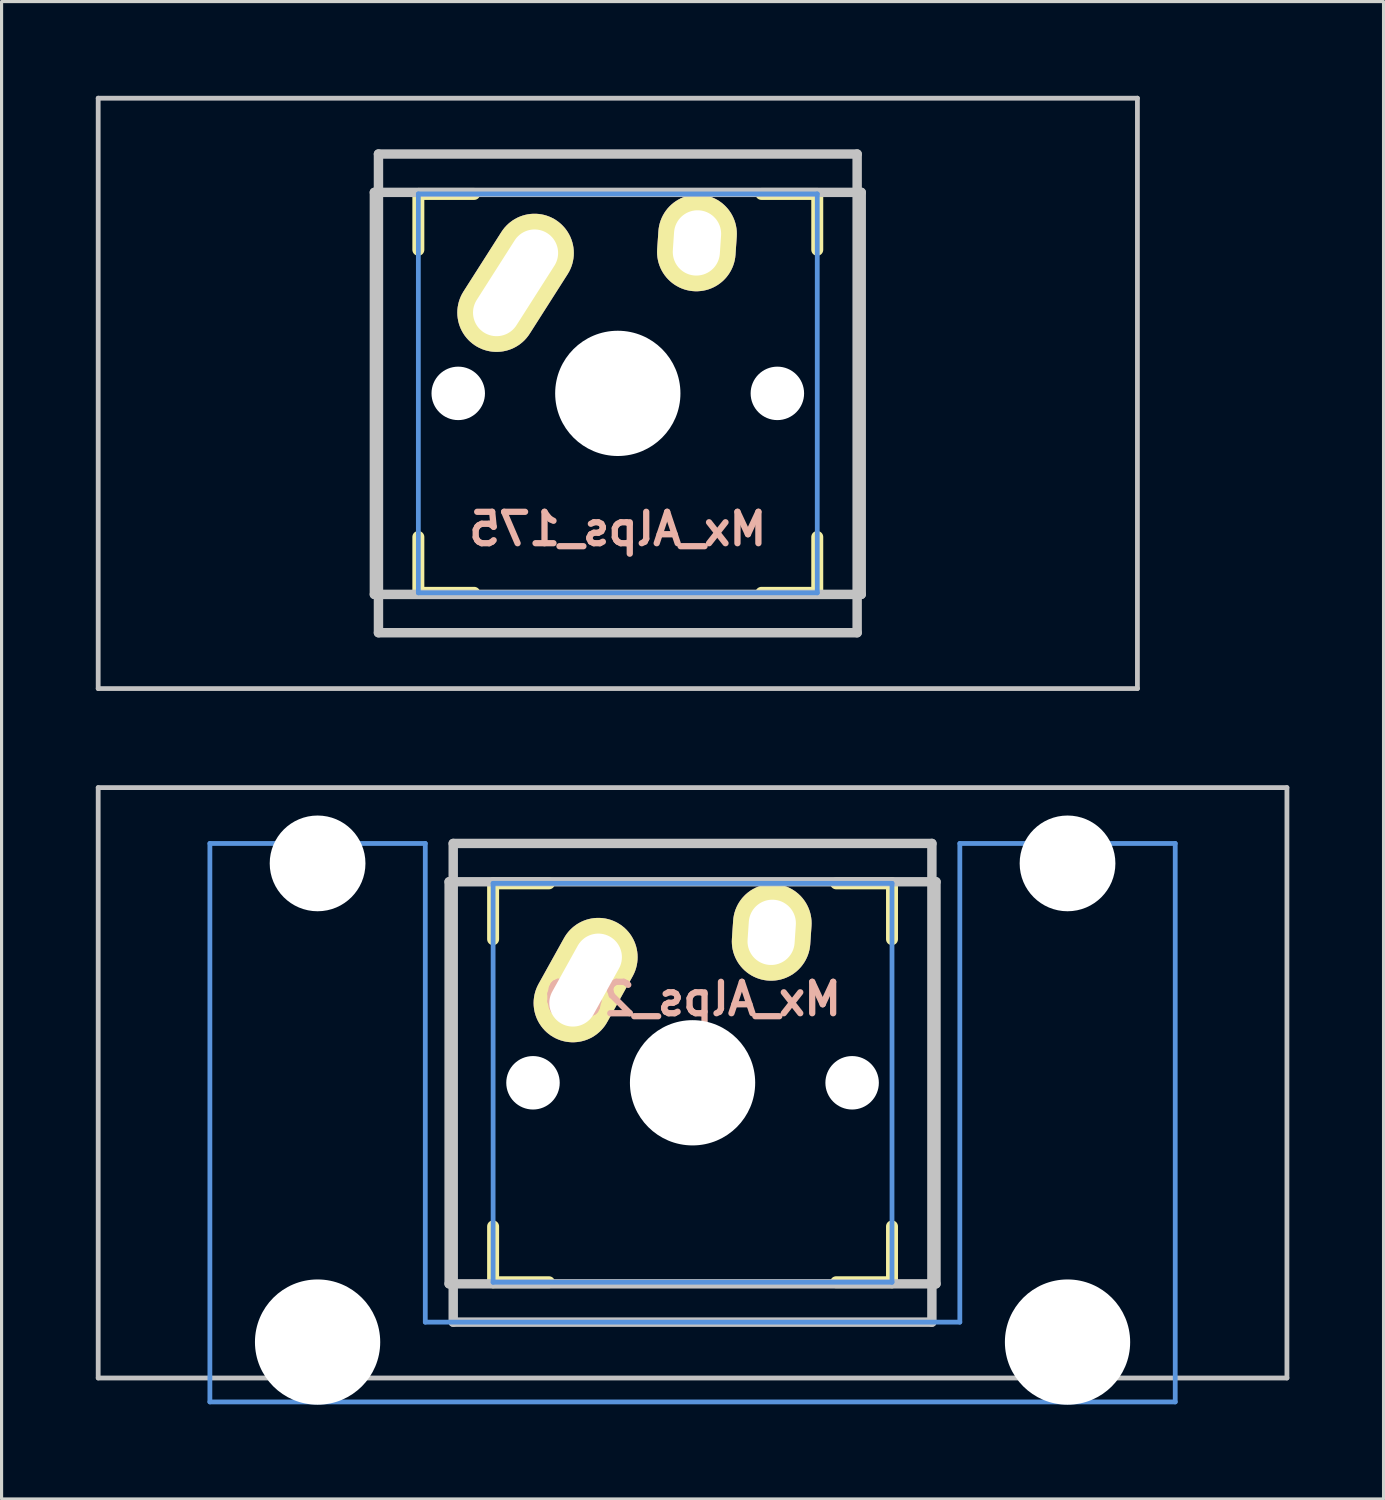
<source format=kicad_pcb>
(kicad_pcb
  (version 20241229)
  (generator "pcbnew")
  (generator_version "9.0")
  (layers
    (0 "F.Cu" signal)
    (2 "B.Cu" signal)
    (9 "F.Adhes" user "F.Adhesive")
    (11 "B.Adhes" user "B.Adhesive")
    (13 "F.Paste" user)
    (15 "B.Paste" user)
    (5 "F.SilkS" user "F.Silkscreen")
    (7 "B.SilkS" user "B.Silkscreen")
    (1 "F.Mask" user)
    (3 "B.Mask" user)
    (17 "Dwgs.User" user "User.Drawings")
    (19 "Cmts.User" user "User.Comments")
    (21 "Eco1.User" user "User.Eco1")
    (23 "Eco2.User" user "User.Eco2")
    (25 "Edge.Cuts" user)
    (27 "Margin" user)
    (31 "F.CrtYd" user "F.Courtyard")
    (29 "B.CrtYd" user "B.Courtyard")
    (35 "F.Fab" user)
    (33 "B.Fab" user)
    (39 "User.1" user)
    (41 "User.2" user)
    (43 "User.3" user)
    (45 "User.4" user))
  (footprint "Mx_Alps_200"
    (layer "F.Cu")
    (at 18.999 31.423)
    (property "Reference" "Mx_Alps_200" (at 0 -2.667 0) (layer "B.SilkS") (effects (font (size 1 1) (thickness 0.2)) (justify mirror)))
    (attr through_hole)
    (fp_line (start -6.35 -6.35) (end -4.572 -6.35) (stroke (width 0.381) (type solid)) (layer "F.SilkS"))
    (fp_line (start -6.35 -4.572) (end -6.35 -6.35) (stroke (width 0.381) (type solid)) (layer "F.SilkS"))
    (fp_line (start -6.35 6.35) (end -6.35 4.572) (stroke (width 0.381) (type solid)) (layer "F.SilkS"))
    (fp_line (start -4.572 6.35) (end -6.35 6.35) (stroke (width 0.381) (type solid)) (layer "F.SilkS"))
    (fp_line (start 4.572 -6.35) (end 6.35 -6.35) (stroke (width 0.381) (type solid)) (layer "F.SilkS"))
    (fp_line (start 6.35 -6.35) (end 6.35 -4.572) (stroke (width 0.381) (type solid)) (layer "F.SilkS"))
    (fp_line (start 6.35 4.572) (end 6.35 6.35) (stroke (width 0.381) (type solid)) (layer "F.SilkS"))
    (fp_line (start 6.35 6.35) (end 4.572 6.35) (stroke (width 0.381) (type solid)) (layer "F.SilkS"))
    (fp_line (start -18.923 -9.398) (end 18.923 -9.398) (stroke (width 0.152) (type solid)) (layer "Dwgs.User"))
    (fp_line (start -18.923 9.398) (end -18.923 -9.398) (stroke (width 0.152) (type solid)) (layer "Dwgs.User"))
    (fp_line (start -7.75 6.4) (end -7.75 -6.4) (stroke (width 0.3) (type solid)) (layer "Dwgs.User"))
    (fp_line (start -7.75 6.4) (end 7.75 6.4) (stroke (width 0.3) (type solid)) (layer "Dwgs.User"))
    (fp_line (start -7.62 -7.62) (end 7.62 -7.62) (stroke (width 0.3) (type solid)) (layer "Dwgs.User"))
    (fp_line (start -7.62 7.62) (end -7.62 -7.62) (stroke (width 0.3) (type solid)) (layer "Dwgs.User"))
    (fp_line (start 7.62 -7.62) (end 7.62 7.62) (stroke (width 0.3) (type solid)) (layer "Dwgs.User"))
    (fp_line (start 7.62 7.62) (end -7.62 7.62) (stroke (width 0.3) (type solid)) (layer "Dwgs.User"))
    (fp_line (start 7.75 -6.4) (end -7.75 -6.4) (stroke (width 0.3) (type solid)) (layer "Dwgs.User"))
    (fp_line (start 7.75 6.4) (end 7.75 -6.4) (stroke (width 0.3) (type solid)) (layer "Dwgs.User"))
    (fp_line (start 18.923 -9.398) (end 18.923 9.398) (stroke (width 0.152) (type solid)) (layer "Dwgs.User"))
    (fp_line (start 18.923 9.398) (end -18.923 9.398) (stroke (width 0.152) (type solid)) (layer "Dwgs.User"))
    (fp_line (start -15.367 -7.62) (end -15.367 10.16) (stroke (width 0.152) (type solid)) (layer "Cmts.User"))
    (fp_line (start -15.367 10.16) (end 15.367 10.16) (stroke (width 0.152) (type solid)) (layer "Cmts.User"))
    (fp_line (start -8.509 -7.62) (end -15.367 -7.62) (stroke (width 0.152) (type solid)) (layer "Cmts.User"))
    (fp_line (start -8.509 7.62) (end -8.509 -7.62) (stroke (width 0.152) (type solid)) (layer "Cmts.User"))
    (fp_line (start -6.35 -6.35) (end 6.35 -6.35) (stroke (width 0.152) (type solid)) (layer "Cmts.User"))
    (fp_line (start -6.35 6.35) (end -6.35 -6.35) (stroke (width 0.152) (type solid)) (layer "Cmts.User"))
    (fp_line (start 6.35 -6.35) (end 6.35 6.35) (stroke (width 0.152) (type solid)) (layer "Cmts.User"))
    (fp_line (start 6.35 6.35) (end -6.35 6.35) (stroke (width 0.152) (type solid)) (layer "Cmts.User"))
    (fp_line (start 8.509 -7.62) (end 8.509 7.62) (stroke (width 0.152) (type solid)) (layer "Cmts.User"))
    (fp_line (start 8.509 7.62) (end -8.509 7.62) (stroke (width 0.152) (type solid)) (layer "Cmts.User"))
    (fp_line (start 15.367 -7.62) (end 8.509 -7.62) (stroke (width 0.152) (type solid)) (layer "Cmts.User"))
    (fp_line (start 15.367 10.16) (end 15.367 -7.62) (stroke (width 0.152) (type solid)) (layer "Cmts.User"))
    (fp_line (start -16.129 -2.286) (end -15.265 -2.286) (stroke (width 0.152) (type solid)) (layer "Eco2.User"))
    (fp_line (start -16.129 0.508) (end -16.129 -2.286) (stroke (width 0.152) (type solid)) (layer "Eco2.User"))
    (fp_line (start -15.265 -5.69) (end -8.611 -5.69) (stroke (width 0.152) (type solid)) (layer "Eco2.User"))
    (fp_line (start -15.265 -2.286) (end -15.265 -5.69) (stroke (width 0.152) (type solid)) (layer "Eco2.User"))
    (fp_line (start -15.265 0.508) (end -16.129 0.508) (stroke (width 0.152) (type solid)) (layer "Eco2.User"))
    (fp_line (start -15.265 6.604) (end -15.265 0.508) (stroke (width 0.152) (type solid)) (layer "Eco2.User"))
    (fp_line (start -14.224 6.604) (end -15.265 6.604) (stroke (width 0.152) (type solid)) (layer "Eco2.User"))
    (fp_line (start -14.224 7.772) (end -14.224 6.604) (stroke (width 0.152) (type solid)) (layer "Eco2.User"))
    (fp_line (start -9.652 6.604) (end -9.652 7.772) (stroke (width 0.152) (type solid)) (layer "Eco2.User"))
    (fp_line (start -9.652 7.772) (end -14.224 7.772) (stroke (width 0.152) (type solid)) (layer "Eco2.User"))
    (fp_line (start -8.611 -5.69) (end -8.611 -4.877) (stroke (width 0.152) (type solid)) (layer "Eco2.User"))
    (fp_line (start -8.611 -4.877) (end -6.985 -4.877) (stroke (width 0.152) (type solid)) (layer "Eco2.User"))
    (fp_line (start -8.611 5.817) (end -8.611 6.604) (stroke (width 0.152) (type solid)) (layer "Eco2.User"))
    (fp_line (start -8.611 6.604) (end -9.652 6.604) (stroke (width 0.152) (type solid)) (layer "Eco2.User"))
    (fp_line (start -6.985 -6.985) (end 6.985 -6.985) (stroke (width 0.152) (type solid)) (layer "Eco2.User"))
    (fp_line (start -6.985 -4.877) (end -6.985 -6.985) (stroke (width 0.152) (type solid)) (layer "Eco2.User"))
    (fp_line (start -6.985 5.817) (end -8.611 5.817) (stroke (width 0.152) (type solid)) (layer "Eco2.User"))
    (fp_line (start -6.985 6.985) (end -6.985 5.817) (stroke (width 0.152) (type solid)) (layer "Eco2.User"))
    (fp_line (start 6.985 -6.985) (end 6.985 -4.877) (stroke (width 0.152) (type solid)) (layer "Eco2.User"))
    (fp_line (start 6.985 -4.877) (end 8.611 -4.877) (stroke (width 0.152) (type solid)) (layer "Eco2.User"))
    (fp_line (start 6.985 5.817) (end 6.985 6.985) (stroke (width 0.152) (type solid)) (layer "Eco2.User"))
    (fp_line (start 6.985 6.985) (end -6.985 6.985) (stroke (width 0.152) (type solid)) (layer "Eco2.User"))
    (fp_line (start 8.611 -5.69) (end 15.265 -5.69) (stroke (width 0.152) (type solid)) (layer "Eco2.User"))
    (fp_line (start 8.611 -4.877) (end 8.611 -5.69) (stroke (width 0.152) (type solid)) (layer "Eco2.User"))
    (fp_line (start 8.611 5.817) (end 6.985 5.817) (stroke (width 0.152) (type solid)) (layer "Eco2.User"))
    (fp_line (start 8.611 6.604) (end 8.611 5.817) (stroke (width 0.152) (type solid)) (layer "Eco2.User"))
    (fp_line (start 9.652 6.604) (end 8.611 6.604) (stroke (width 0.152) (type solid)) (layer "Eco2.User"))
    (fp_line (start 9.652 7.772) (end 9.652 6.604) (stroke (width 0.152) (type solid)) (layer "Eco2.User"))
    (fp_line (start 14.224 6.604) (end 14.224 7.772) (stroke (width 0.152) (type solid)) (layer "Eco2.User"))
    (fp_line (start 14.224 7.772) (end 9.652 7.772) (stroke (width 0.152) (type solid)) (layer "Eco2.User"))
    (fp_line (start 15.265 -5.69) (end 15.265 -2.286) (stroke (width 0.152) (type solid)) (layer "Eco2.User"))
    (fp_line (start 15.265 -2.286) (end 16.129 -2.286) (stroke (width 0.152) (type solid)) (layer "Eco2.User"))
    (fp_line (start 15.265 0.508) (end 15.265 6.604) (stroke (width 0.152) (type solid)) (layer "Eco2.User"))
    (fp_line (start 15.265 6.604) (end 14.224 6.604) (stroke (width 0.152) (type solid)) (layer "Eco2.User"))
    (fp_line (start 16.129 -2.286) (end 16.129 0.508) (stroke (width 0.152) (type solid)) (layer "Eco2.User"))
    (fp_line (start 16.129 0.508) (end 15.265 0.508) (stroke (width 0.152) (type solid)) (layer "Eco2.User"))
    (pad "" np_thru_hole circle (at -11.938 -6.985) (size 3.048 3.048) (drill 3.048) (layers "*.Cu"))
    (pad "" np_thru_hole circle (at -11.938 8.255) (size 3.988 3.988) (drill 3.988) (layers "*.Cu"))
    (pad "" np_thru_hole circle (at -5.08 0) (size 1.702 1.702) (drill 1.702) (layers "*.Cu"))
    (pad "" np_thru_hole circle (at 0 0) (size 3.988 3.988) (drill 3.988) (layers "*.Cu"))
    (pad "" np_thru_hole circle (at 5.08 0) (size 1.702 1.702) (drill 1.702) (layers "*.Cu"))
    (pad "" np_thru_hole circle (at 11.938 -6.985) (size 3.048 3.048) (drill 3.048) (layers "*.Cu"))
    (pad "" np_thru_hole circle (at 11.938 8.255) (size 3.988 3.988) (drill 3.988) (layers "*.Cu"))
    (pad "1" thru_hole oval (at -3.405 -3.27 330.95) (size 2.5 4.17) (drill oval 1.5 3.17) (layers "*.Cu" "*.Mask" "F.SilkS"))
    (pad "2" thru_hole oval (at 2.52 -4.79 356.1) (size 2.5 3.08) (drill oval 1.5 2.08) (layers "*.Cu" "*.Mask" "F.SilkS")))
  (footprint "Mx_Alps_175"
    (layer "F.Cu")
    (at 16.619 9.474)
    (property "Reference" "Mx_Alps_175" (at 0 4.318 0) (layer "B.SilkS") (effects (font (size 1 1) (thickness 0.2)) (justify mirror)))
    (attr through_hole)
    (fp_line (start -6.35 -6.35) (end -4.572 -6.35) (stroke (width 0.381) (type solid)) (layer "F.SilkS"))
    (fp_line (start -6.35 -4.572) (end -6.35 -6.35) (stroke (width 0.381) (type solid)) (layer "F.SilkS"))
    (fp_line (start -6.35 6.35) (end -6.35 4.572) (stroke (width 0.381) (type solid)) (layer "F.SilkS"))
    (fp_line (start -4.572 6.35) (end -6.35 6.35) (stroke (width 0.381) (type solid)) (layer "F.SilkS"))
    (fp_line (start 4.572 -6.35) (end 6.35 -6.35) (stroke (width 0.381) (type solid)) (layer "F.SilkS"))
    (fp_line (start 6.35 -6.35) (end 6.35 -4.572) (stroke (width 0.381) (type solid)) (layer "F.SilkS"))
    (fp_line (start 6.35 4.572) (end 6.35 6.35) (stroke (width 0.381) (type solid)) (layer "F.SilkS"))
    (fp_line (start 6.35 6.35) (end 4.572 6.35) (stroke (width 0.381) (type solid)) (layer "F.SilkS"))
    (fp_line (start -16.543 -9.398) (end 16.543 -9.398) (stroke (width 0.152) (type solid)) (layer "Dwgs.User"))
    (fp_line (start -16.543 9.398) (end -16.543 -9.398) (stroke (width 0.152) (type solid)) (layer "Dwgs.User"))
    (fp_line (start -7.75 6.4) (end -7.75 -6.4) (stroke (width 0.3) (type solid)) (layer "Dwgs.User"))
    (fp_line (start -7.75 6.4) (end 7.75 6.4) (stroke (width 0.3) (type solid)) (layer "Dwgs.User"))
    (fp_line (start -7.62 -7.62) (end 7.62 -7.62) (stroke (width 0.3) (type solid)) (layer "Dwgs.User"))
    (fp_line (start -7.62 7.62) (end -7.62 -7.62) (stroke (width 0.3) (type solid)) (layer "Dwgs.User"))
    (fp_line (start 7.62 -7.62) (end 7.62 7.62) (stroke (width 0.3) (type solid)) (layer "Dwgs.User"))
    (fp_line (start 7.62 7.62) (end -7.62 7.62) (stroke (width 0.3) (type solid)) (layer "Dwgs.User"))
    (fp_line (start 7.75 -6.4) (end -7.75 -6.4) (stroke (width 0.3) (type solid)) (layer "Dwgs.User"))
    (fp_line (start 7.75 6.4) (end 7.75 -6.4) (stroke (width 0.3) (type solid)) (layer "Dwgs.User"))
    (fp_line (start 16.543 -9.398) (end 16.543 9.398) (stroke (width 0.152) (type solid)) (layer "Dwgs.User"))
    (fp_line (start 16.543 9.398) (end -16.543 9.398) (stroke (width 0.152) (type solid)) (layer "Dwgs.User"))
    (fp_line (start -6.35 -6.35) (end 6.35 -6.35) (stroke (width 0.152) (type solid)) (layer "Cmts.User"))
    (fp_line (start -6.35 6.35) (end -6.35 -6.35) (stroke (width 0.152) (type solid)) (layer "Cmts.User"))
    (fp_line (start 6.35 -6.35) (end 6.35 6.35) (stroke (width 0.152) (type solid)) (layer "Cmts.User"))
    (fp_line (start 6.35 6.35) (end -6.35 6.35) (stroke (width 0.152) (type solid)) (layer "Cmts.User"))
    (fp_line (start -6.985 -6.985) (end 6.985 -6.985) (stroke (width 0.152) (type solid)) (layer "Eco2.User"))
    (fp_line (start -6.985 6.985) (end -6.985 -6.985) (stroke (width 0.152) (type solid)) (layer "Eco2.User"))
    (fp_line (start 6.985 -6.985) (end 6.985 6.985) (stroke (width 0.152) (type solid)) (layer "Eco2.User"))
    (fp_line (start 6.985 6.985) (end -6.985 6.985) (stroke (width 0.152) (type solid)) (layer "Eco2.User"))
    (pad "" np_thru_hole circle (at -5.08 0) (size 1.702 1.702) (drill 1.702) (layers "*.Cu"))
    (pad "" np_thru_hole circle (at 0 0) (size 3.988 3.988) (drill 3.988) (layers "*.Cu"))
    (pad "" np_thru_hole circle (at 5.08 0) (size 1.702 1.702) (drill 1.702) (layers "*.Cu"))
    (pad "1" thru_hole oval (at -3.255 -3.52 327.5) (size 2.5 4.75) (drill oval 1.5 3.75) (layers "*.Cu" "*.Mask" "F.SilkS"))
    (pad "2" thru_hole oval (at 2.52 -4.79 356.1) (size 2.5 3.08) (drill oval 1.5 2.08) (layers "*.Cu" "*.Mask" "F.SilkS")))
  (gr_rect
    (start -3 -3)
    (end 40.998 44.672)
    (stroke (width 0.1) (type default))
    (fill no)
    (layer "Edge.Cuts")))
</source>
